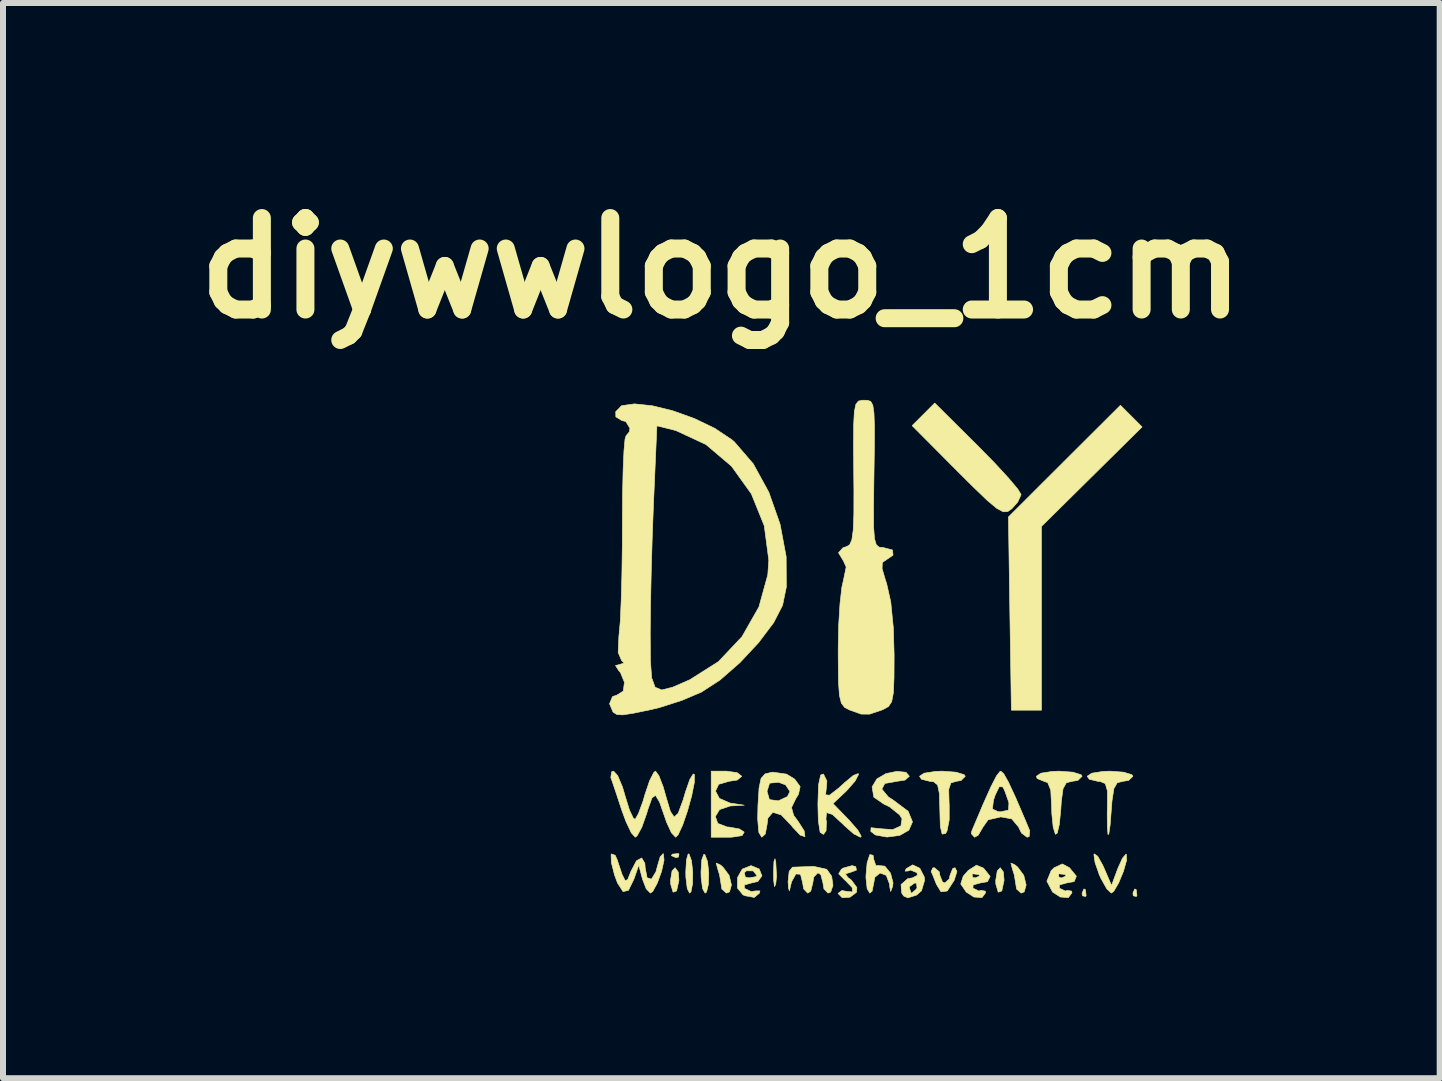
<source format=kicad_pcb>
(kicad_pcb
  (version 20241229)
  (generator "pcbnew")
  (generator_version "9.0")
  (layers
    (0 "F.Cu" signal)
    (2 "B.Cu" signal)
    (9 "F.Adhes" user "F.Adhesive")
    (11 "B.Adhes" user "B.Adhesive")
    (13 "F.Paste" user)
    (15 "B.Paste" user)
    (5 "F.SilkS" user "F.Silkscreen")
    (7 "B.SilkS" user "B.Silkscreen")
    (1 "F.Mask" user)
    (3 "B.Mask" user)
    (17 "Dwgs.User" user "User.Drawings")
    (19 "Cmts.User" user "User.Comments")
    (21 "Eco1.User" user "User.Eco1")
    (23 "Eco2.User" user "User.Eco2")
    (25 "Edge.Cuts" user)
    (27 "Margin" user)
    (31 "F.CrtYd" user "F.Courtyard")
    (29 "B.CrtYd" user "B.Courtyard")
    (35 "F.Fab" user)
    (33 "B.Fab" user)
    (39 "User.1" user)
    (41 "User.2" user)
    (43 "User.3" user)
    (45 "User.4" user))
  (footprint "diywwlogo_1cm"
    (layer "F.Cu")
    (at 11.51 7.768)
    (property "Reference" "diywwlogo_1cm" (at -2.54 -6.35 0) (layer "F.SilkS") (effects (font (size 1.524 1.524) (thickness 0.3))))
    (attr through_hole)
    (fp_poly (pts (xy -3.246 3.415) (xy -3.257 3.465) (xy -3.302 3.471) (xy -3.372 3.44) (xy -3.358 3.415) (xy -3.258 3.405) (xy -3.246 3.415)) (stroke (width 0.01) (type solid)) (fill yes) (layer "F.SilkS"))
    (fp_poly (pts (xy 3.528 4.008) (xy 3.538 4.108) (xy 3.528 4.12) (xy 3.477 4.109) (xy 3.471 4.064) (xy 3.502 3.994) (xy 3.528 4.008)) (stroke (width 0.01) (type solid)) (fill yes) (layer "F.SilkS"))
    (fp_poly (pts (xy 4.374 4.008) (xy 4.385 4.108) (xy 4.374 4.12) (xy 4.324 4.109) (xy 4.318 4.064) (xy 4.349 3.994) (xy 4.374 4.008)) (stroke (width 0.01) (type solid)) (fill yes) (layer "F.SilkS"))
    (fp_poly (pts (xy -3.258 3.713) (xy -3.247 3.852) (xy -3.286 4.028) (xy -3.344 4.049) (xy -3.384 3.915) (xy -3.387 3.852) (xy -3.361 3.693) (xy -3.311 3.641) (xy -3.258 3.713)) (stroke (width 0.01) (type solid)) (fill yes) (layer "F.SilkS"))
    (fp_poly (pts (xy -1.634 3.535) (xy -1.62 3.782) (xy -1.634 3.916) (xy -1.655 3.956) (xy -1.668 3.85) (xy -1.67 3.725) (xy -1.664 3.542) (xy -1.647 3.492) (xy -1.634 3.535)) (stroke (width 0.01) (type solid)) (fill yes) (layer "F.SilkS"))
    (fp_poly (pts (xy 2.16 3.713) (xy 2.171 3.852) (xy 2.133 4.028) (xy 2.074 4.049) (xy 2.034 3.915) (xy 2.032 3.852) (xy 2.058 3.693) (xy 2.108 3.641) (xy 2.16 3.713)) (stroke (width 0.01) (type solid)) (fill yes) (layer "F.SilkS"))
    (fp_poly (pts (xy 4.471 -3.704) (xy 2.794 -2.046) (xy 2.794 1.016) (xy 2.293 1.016) (xy 2.268 -0.594) (xy 2.244 -2.204) (xy 3.177 -3.135) (xy 4.11 -4.065) (xy 4.471 -3.704)) (stroke (width 0.01) (type solid)) (fill yes) (layer "F.SilkS"))
    (fp_poly (pts (xy -3.078 3.413) (xy -3.037 3.526) (xy -3.017 3.714) (xy -3.02 3.909) (xy -3.046 4.042) (xy -3.069 4.064) (xy -3.108 3.989) (xy -3.131 3.8) (xy -3.133 3.711) (xy -3.121 3.508) (xy -3.093 3.412) (xy -3.078 3.413)) (stroke (width 0.01) (type solid)) (fill yes) (layer "F.SilkS"))
    (fp_poly (pts (xy -2.815 3.422) (xy -2.77 3.538) (xy -2.75 3.727) (xy -2.756 3.92) (xy -2.787 4.047) (xy -2.811 4.064) (xy -2.853 3.989) (xy -2.877 3.8) (xy -2.879 3.711) (xy -2.866 3.51) (xy -2.833 3.418) (xy -2.815 3.422)) (stroke (width 0.01) (type solid)) (fill yes) (layer "F.SilkS"))
    (fp_poly (pts (xy -2.563 3.59) (xy -2.514 3.63) (xy -2.411 3.768) (xy -2.372 3.928) (xy -2.404 4.043) (xy -2.455 4.064) (xy -2.532 3.996) (xy -2.54 3.944) (xy -2.569 3.763) (xy -2.598 3.669) (xy -2.626 3.564) (xy -2.563 3.59)) (stroke (width 0.01) (type solid)) (fill yes) (layer "F.SilkS"))
    (fp_poly (pts (xy 2.347 3.59) (xy 2.397 3.63) (xy 2.499 3.768) (xy 2.539 3.928) (xy 2.507 4.043) (xy 2.455 4.064) (xy 2.379 3.996) (xy 2.371 3.944) (xy 2.342 3.763) (xy 2.312 3.669) (xy 2.285 3.564) (xy 2.347 3.59)) (stroke (width 0.01) (type solid)) (fill yes) (layer "F.SilkS"))
    (fp_poly (pts (xy 1.736 -3.386) (xy 2.016 -3.101) (xy 2.245 -2.852) (xy 2.399 -2.669) (xy 2.455 -2.576) (xy 2.398 -2.451) (xy 2.303 -2.344) (xy 2.233 -2.294) (xy 2.156 -2.29) (xy 2.048 -2.348) (xy 1.887 -2.483) (xy 1.649 -2.712) (xy 1.395 -2.965) (xy 0.639 -3.725) (xy 1.016 -4.102) (xy 1.736 -3.386)) (stroke (width 0.01) (type solid)) (fill yes) (layer "F.SilkS"))
    (fp_poly (pts (xy 1.386 3.705) (xy 1.339 3.852) (xy 1.224 4.029) (xy 1.12 4.042) (xy 1.043 3.916) (xy 0.98 3.757) (xy 0.956 3.704) (xy 0.984 3.644) (xy 1.011 3.641) (xy 1.091 3.709) (xy 1.101 3.768) (xy 1.146 3.88) (xy 1.185 3.895) (xy 1.26 3.826) (xy 1.27 3.768) (xy 1.315 3.655) (xy 1.353 3.641) (xy 1.386 3.705)) (stroke (width 0.01) (type solid)) (fill yes) (layer "F.SilkS"))
    (fp_poly (pts (xy 3.731 3.45) (xy 3.817 3.603) (xy 3.839 3.652) (xy 3.962 3.937) (xy 4.065 3.658) (xy 4.143 3.484) (xy 4.202 3.415) (xy 4.209 3.418) (xy 4.212 3.52) (xy 4.16 3.702) (xy 4.08 3.896) (xy 3.998 4.035) (xy 3.958 4.064) (xy 3.883 3.994) (xy 3.785 3.818) (xy 3.758 3.759) (xy 3.687 3.554) (xy 3.668 3.425) (xy 3.674 3.41) (xy 3.731 3.45)) (stroke (width 0.01) (type solid)) (fill yes) (layer "F.SilkS"))
    (fp_poly (pts (xy -0.3 3.623) (xy -0.289 3.681) (xy -0.366 3.71) (xy -0.472 3.743) (xy -0.434 3.802) (xy -0.374 3.847) (xy -0.282 3.971) (xy -0.288 4.051) (xy -0.397 4.132) (xy -0.526 4.141) (xy -0.592 4.073) (xy -0.593 4.067) (xy -0.531 4.02) (xy -0.466 4.033) (xy -0.355 4.045) (xy -0.36 3.972) (xy -0.478 3.849) (xy -0.487 3.842) (xy -0.584 3.743) (xy -0.542 3.669) (xy -0.512 3.648) (xy -0.361 3.606) (xy -0.3 3.623)) (stroke (width 0.01) (type solid)) (fill yes) (layer "F.SilkS"))
    (fp_poly (pts (xy -0.011 3.434) (xy 0 3.505) (xy 0.034 3.606) (xy 0.075 3.604) (xy 0.184 3.615) (xy 0.279 3.732) (xy 0.321 3.893) (xy 0.313 3.954) (xy 0.282 4.037) (xy 0.266 3.959) (xy 0.264 3.916) (xy 0.208 3.768) (xy 0.104 3.729) (xy 0.017 3.801) (xy 0 3.895) (xy -0.028 4.032) (xy -0.067 4.064) (xy -0.111 3.99) (xy -0.13 3.808) (xy -0.13 3.775) (xy -0.111 3.56) (xy -0.068 3.427) (xy -0.063 3.422) (xy -0.011 3.434)) (stroke (width 0.01) (type solid)) (fill yes) (layer "F.SilkS"))
    (fp_poly (pts (xy 3.318 2.049) (xy 3.454 2.091) (xy 3.471 2.117) (xy 3.401 2.186) (xy 3.306 2.201) (xy 3.209 2.225) (xy 3.154 2.323) (xy 3.125 2.534) (xy 3.116 2.675) (xy 3.092 2.919) (xy 3.057 3.064) (xy 3.027 3.084) (xy 2.99 2.968) (xy 2.967 2.745) (xy 2.963 2.611) (xy 2.949 2.349) (xy 2.899 2.224) (xy 2.836 2.201) (xy 2.724 2.156) (xy 2.709 2.117) (xy 2.785 2.066) (xy 2.976 2.036) (xy 3.09 2.032) (xy 3.318 2.049)) (stroke (width 0.01) (type solid)) (fill yes) (layer "F.SilkS"))
    (fp_poly (pts (xy 1.37 2.049) (xy 1.507 2.091) (xy 1.524 2.117) (xy 1.454 2.188) (xy 1.375 2.201) (xy 1.285 2.228) (xy 1.249 2.336) (xy 1.255 2.566) (xy 1.257 2.59) (xy 1.257 2.844) (xy 1.22 3.031) (xy 1.194 3.073) (xy 1.139 3.08) (xy 1.109 2.954) (xy 1.101 2.684) (xy 1.094 2.409) (xy 1.064 2.263) (xy 0.997 2.208) (xy 0.931 2.201) (xy 0.794 2.166) (xy 0.762 2.117) (xy 0.838 2.066) (xy 1.029 2.036) (xy 1.143 2.032) (xy 1.37 2.049)) (stroke (width 0.01) (type solid)) (fill yes) (layer "F.SilkS"))
    (fp_poly (pts (xy 4.164 2.049) (xy 4.301 2.091) (xy 4.318 2.117) (xy 4.247 2.186) (xy 4.153 2.201) (xy 4.057 2.225) (xy 4.001 2.322) (xy 3.969 2.531) (xy 3.957 2.688) (xy 3.938 2.932) (xy 3.917 3.076) (xy 3.903 3.09) (xy 3.892 2.961) (xy 3.89 2.729) (xy 3.893 2.603) (xy 3.893 2.359) (xy 3.858 2.24) (xy 3.772 2.203) (xy 3.732 2.201) (xy 3.591 2.167) (xy 3.556 2.117) (xy 3.632 2.066) (xy 3.823 2.036) (xy 3.937 2.032) (xy 4.164 2.049)) (stroke (width 0.01) (type solid)) (fill yes) (layer "F.SilkS"))
    (fp_poly (pts (xy -2.277 2.057) (xy -2.201 2.116) (xy -2.201 2.117) (xy -2.274 2.18) (xy -2.413 2.201) (xy -2.585 2.251) (xy -2.637 2.364) (xy -2.573 2.486) (xy -2.397 2.563) (xy -2.392 2.564) (xy -2.159 2.599) (xy -2.392 2.612) (xy -2.57 2.672) (xy -2.64 2.788) (xy -2.599 2.903) (xy -2.441 2.963) (xy -2.418 2.963) (xy -2.239 2.995) (xy -2.159 3.048) (xy -2.195 3.106) (xy -2.367 3.132) (xy -2.408 3.133) (xy -2.709 3.133) (xy -2.709 2.032) (xy -2.455 2.032) (xy -2.277 2.057)) (stroke (width 0.01) (type solid)) (fill yes) (layer "F.SilkS"))
    (fp_poly (pts (xy -0.79 3.666) (xy -0.781 3.671) (xy -0.702 3.783) (xy -0.68 3.934) (xy -0.719 4.047) (xy -0.762 4.064) (xy -0.831 3.993) (xy -0.847 3.895) (xy -0.882 3.757) (xy -0.931 3.725) (xy -1 3.796) (xy -1.016 3.895) (xy -1.051 4.032) (xy -1.101 4.064) (xy -1.169 3.993) (xy -1.185 3.895) (xy -1.221 3.75) (xy -1.298 3.745) (xy -1.37 3.875) (xy -1.38 3.916) (xy -1.406 4.027) (xy -1.421 3.983) (xy -1.428 3.873) (xy -1.41 3.702) (xy -1.355 3.632) (xy -0.999 3.619) (xy -0.79 3.666)) (stroke (width 0.01) (type solid)) (fill yes) (layer "F.SilkS"))
    (fp_poly (pts (xy 1.829 3.648) (xy 1.939 3.786) (xy 1.894 3.874) (xy 1.773 3.895) (xy 1.656 3.928) (xy 1.652 3.981) (xy 1.753 4.03) (xy 1.784 4.018) (xy 1.858 4.031) (xy 1.863 4.059) (xy 1.803 4.139) (xy 1.668 4.129) (xy 1.541 4.047) (xy 1.449 3.912) (xy 1.491 3.781) (xy 1.515 3.754) (xy 1.637 3.754) (xy 1.649 3.804) (xy 1.693 3.81) (xy 1.763 3.779) (xy 1.75 3.754) (xy 1.649 3.743) (xy 1.637 3.754) (xy 1.515 3.754) (xy 1.575 3.686) (xy 1.711 3.599) (xy 1.829 3.648)) (stroke (width 0.01) (type solid)) (fill yes) (layer "F.SilkS"))
    (fp_poly (pts (xy 3.26 3.641) (xy 3.376 3.782) (xy 3.339 3.872) (xy 3.212 3.895) (xy 3.095 3.928) (xy 3.091 3.981) (xy 3.193 4.03) (xy 3.223 4.018) (xy 3.297 4.031) (xy 3.302 4.059) (xy 3.242 4.139) (xy 3.108 4.129) (xy 2.98 4.047) (xy 2.884 3.865) (xy 2.93 3.754) (xy 3.076 3.754) (xy 3.088 3.804) (xy 3.133 3.81) (xy 3.202 3.779) (xy 3.189 3.754) (xy 3.089 3.743) (xy 3.076 3.754) (xy 2.93 3.754) (xy 2.957 3.687) (xy 3.006 3.641) (xy 3.141 3.578) (xy 3.26 3.641)) (stroke (width 0.01) (type solid)) (fill yes) (layer "F.SilkS"))
    (fp_poly (pts (xy -1.91 3.662) (xy -1.863 3.777) (xy -1.933 3.871) (xy -2.037 3.895) (xy -2.156 3.928) (xy -2.155 3.985) (xy -2.04 4.04) (xy -1.977 4.028) (xy -1.897 4.027) (xy -1.906 4.065) (xy -1.991 4.136) (xy -2.139 4.109) (xy -2.18 4.093) (xy -2.272 3.979) (xy -2.27 3.804) (xy -2.225 3.724) (xy -2.158 3.724) (xy -2.14 3.798) (xy -2.079 3.81) (xy -1.963 3.79) (xy -1.947 3.773) (xy -2.009 3.694) (xy -2.121 3.692) (xy -2.158 3.724) (xy -2.225 3.724) (xy -2.191 3.664) (xy -2.045 3.606) (xy -1.91 3.662)) (stroke (width 0.01) (type solid)) (fill yes) (layer "F.SilkS"))
    (fp_poly (pts (xy 0.537 2.051) (xy 0.593 2.117) (xy 0.52 2.181) (xy 0.386 2.201) (xy 0.184 2.237) (xy 0.134 2.331) (xy 0.242 2.461) (xy 0.332 2.52) (xy 0.573 2.701) (xy 0.645 2.877) (xy 0.584 3.016) (xy 0.431 3.103) (xy 0.218 3.13) (xy 0.027 3.095) (xy -0.05 3.036) (xy -0.045 2.974) (xy 0.094 2.99) (xy 0.315 3.006) (xy 0.452 2.944) (xy 0.471 2.826) (xy 0.431 2.761) (xy 0.261 2.625) (xy 0.17 2.582) (xy 0.00047 2.465) (xy -0.028 2.294) (xy 0.052 2.161) (xy 0.202 2.073) (xy 0.385 2.035) (xy 0.537 2.051)) (stroke (width 0.01) (type solid)) (fill yes) (layer "F.SilkS"))
    (fp_poly (pts (xy 0.767 3.65) (xy 0.841 3.794) (xy 0.847 3.852) (xy 0.795 4.025) (xy 0.713 4.097) (xy 0.568 4.143) (xy 0.499 4.113) (xy 0.466 4.064) (xy 0.459 3.979) (xy 0.593 3.979) (xy 0.622 4.062) (xy 0.63 4.064) (xy 0.702 4.005) (xy 0.72 3.979) (xy 0.713 3.901) (xy 0.682 3.895) (xy 0.596 3.956) (xy 0.593 3.979) (xy 0.459 3.979) (xy 0.454 3.922) (xy 0.566 3.823) (xy 0.645 3.81) (xy 0.728 3.767) (xy 0.719 3.724) (xy 0.613 3.68) (xy 0.574 3.695) (xy 0.522 3.698) (xy 0.54 3.657) (xy 0.648 3.593) (xy 0.767 3.65)) (stroke (width 0.01) (type solid)) (fill yes) (layer "F.SilkS"))
    (fp_poly (pts (xy -0.254 2.086) (xy -0.311 2.197) (xy -0.449 2.354) (xy -0.467 2.372) (xy -0.68 2.572) (xy -0.408 2.852) (xy -0.266 3.015) (xy -0.209 3.117) (xy -0.223 3.133) (xy -0.335 3.076) (xy -0.492 2.938) (xy -0.508 2.921) (xy -0.69 2.753) (xy -0.788 2.723) (xy -0.797 2.834) (xy -0.789 2.869) (xy -0.795 3.027) (xy -0.839 3.086) (xy -0.894 3.051) (xy -0.924 2.859) (xy -0.931 2.582) (xy -0.92 2.258) (xy -0.885 2.096) (xy -0.839 2.079) (xy -0.781 2.197) (xy -0.789 2.296) (xy -0.803 2.426) (xy -0.738 2.433) (xy -0.581 2.311) (xy -0.491 2.228) (xy -0.343 2.105) (xy -0.26 2.072) (xy -0.254 2.086)) (stroke (width 0.01) (type solid)) (fill yes) (layer "F.SilkS"))
    (fp_poly (pts (xy -3.505 3.41) (xy -3.495 3.516) (xy -3.536 3.701) (xy -3.607 3.897) (xy -3.683 4.036) (xy -3.723 4.064) (xy -3.792 3.992) (xy -3.854 3.831) (xy -3.916 3.598) (xy -3.997 3.831) (xy -4.088 4.018) (xy -4.178 4.039) (xy -4.271 3.894) (xy -4.32 3.762) (xy -4.373 3.554) (xy -4.377 3.423) (xy -4.371 3.411) (xy -4.309 3.434) (xy -4.278 3.502) (xy -4.195 3.752) (xy -4.142 3.858) (xy -4.1 3.837) (xy -4.048 3.706) (xy -4.047 3.704) (xy -3.955 3.526) (xy -3.867 3.478) (xy -3.814 3.569) (xy -3.81 3.636) (xy -3.778 3.808) (xy -3.705 3.832) (xy -3.63 3.709) (xy -3.608 3.626) (xy -3.559 3.459) (xy -3.509 3.406) (xy -3.505 3.41)) (stroke (width 0.01) (type solid)) (fill yes) (layer "F.SilkS"))
    (fp_poly (pts (xy 2.165 2.075) (xy 2.244 2.215) (xy 2.363 2.471) (xy 2.53 2.86) (xy 2.599 3.027) (xy 2.589 3.122) (xy 2.555 3.133) (xy 2.461 3.063) (xy 2.413 2.963) (xy 2.299 2.827) (xy 2.117 2.794) (xy 1.905 2.843) (xy 1.82 2.963) (xy 1.74 3.1) (xy 1.679 3.133) (xy 1.624 3.073) (xy 1.634 3.027) (xy 1.788 2.663) (xy 1.977 2.663) (xy 2.074 2.708) (xy 2.117 2.709) (xy 2.245 2.681) (xy 2.252 2.564) (xy 2.239 2.519) (xy 2.181 2.356) (xy 2.148 2.293) (xy 2.09 2.292) (xy 2.023 2.431) (xy 1.994 2.519) (xy 1.977 2.663) (xy 1.788 2.663) (xy 1.82 2.587) (xy 1.954 2.288) (xy 2.045 2.111) (xy 2.103 2.037) (xy 2.117 2.032) (xy 2.165 2.075)) (stroke (width 0.01) (type solid)) (fill yes) (layer "F.SilkS"))
    (fp_poly (pts (xy -1.455 2.081) (xy -1.319 2.164) (xy -1.227 2.289) (xy -1.254 2.416) (xy -1.299 2.489) (xy -1.371 2.638) (xy -1.336 2.767) (xy -1.258 2.873) (xy -1.16 3.027) (xy -1.147 3.123) (xy -1.148 3.123) (xy -1.225 3.098) (xy -1.349 2.969) (xy -1.369 2.942) (xy -1.542 2.761) (xy -1.682 2.718) (xy -1.765 2.814) (xy -1.778 2.921) (xy -1.808 3.08) (xy -1.867 3.133) (xy -1.915 3.053) (xy -1.935 2.828) (xy -1.93 2.603) (xy -1.915 2.371) (xy -1.778 2.371) (xy -1.739 2.506) (xy -1.595 2.526) (xy -1.587 2.525) (xy -1.439 2.456) (xy -1.397 2.371) (xy -1.469 2.261) (xy -1.587 2.217) (xy -1.736 2.232) (xy -1.778 2.363) (xy -1.778 2.371) (xy -1.915 2.371) (xy -1.912 2.314) (xy -1.878 2.152) (xy -1.812 2.078) (xy -1.696 2.05) (xy -1.683 2.049) (xy -1.455 2.081)) (stroke (width 0.01) (type solid)) (fill yes) (layer "F.SilkS"))
    (fp_poly (pts (xy -3.581 2.107) (xy -3.508 2.297) (xy -3.463 2.456) (xy -3.389 2.704) (xy -3.326 2.797) (xy -3.259 2.733) (xy -3.176 2.509) (xy -3.135 2.371) (xy -3.065 2.17) (xy -3.008 2.078) (xy -2.989 2.088) (xy -2.99 2.221) (xy -3.034 2.441) (xy -3.104 2.695) (xy -3.185 2.93) (xy -3.26 3.092) (xy -3.301 3.133) (xy -3.371 3.06) (xy -3.454 2.88) (xy -3.476 2.815) (xy -3.57 2.546) (xy -3.637 2.435) (xy -3.696 2.478) (xy -3.765 2.671) (xy -3.784 2.737) (xy -3.865 2.966) (xy -3.943 3.109) (xy -3.975 3.133) (xy -4.041 3.059) (xy -4.13 2.87) (xy -4.197 2.688) (xy -4.285 2.421) (xy -4.355 2.213) (xy -4.382 2.138) (xy -4.368 2.042) (xy -4.335 2.032) (xy -4.267 2.107) (xy -4.187 2.298) (xy -4.142 2.451) (xy -4.071 2.681) (xy -4.006 2.817) (xy -3.976 2.834) (xy -3.921 2.738) (xy -3.846 2.535) (xy -3.811 2.415) (xy -3.735 2.19) (xy -3.664 2.052) (xy -3.637 2.032) (xy -3.581 2.107)) (stroke (width 0.01) (type solid)) (fill yes) (layer "F.SilkS"))
    (fp_poly (pts (xy -0.101 -4.147) (xy -0.05 -4.128) (xy -0.016 -4.065) (xy 0.003 -3.936) (xy 0.011 -3.715) (xy 0.01 -3.379) (xy 0.003 -2.903) (xy 0.001 -2.773) (xy -0.004 -2.329) (xy -0.002 -2.027) (xy 0.012 -1.84) (xy 0.042 -1.74) (xy 0.091 -1.7) (xy 0.162 -1.693) (xy 0.312 -1.653) (xy 0.321 -1.567) (xy 0.214 -1.494) (xy 0.143 -1.445) (xy 0.138 -1.344) (xy 0.197 -1.143) (xy 0.214 -1.094) (xy 0.283 -0.787) (xy 0.326 -0.354) (xy 0.339 0.097) (xy 0.337 0.48) (xy 0.326 0.728) (xy 0.298 0.875) (xy 0.245 0.955) (xy 0.159 1.003) (xy 0.121 1.018) (xy -0.071 1.082) (xy -0.211 1.081) (xy -0.402 1.013) (xy -0.486 0.97) (xy -0.54 0.9) (xy -0.572 0.771) (xy -0.588 0.551) (xy -0.592 0.207) (xy -0.593 0.008) (xy -0.585 -0.396) (xy -0.563 -0.758) (xy -0.532 -1.033) (xy -0.505 -1.151) (xy -0.46 -1.37) (xy -0.505 -1.47) (xy -0.588 -1.608) (xy -0.511 -1.693) (xy -0.457 -1.708) (xy -0.403 -1.739) (xy -0.366 -1.821) (xy -0.343 -1.981) (xy -0.332 -2.244) (xy -0.331 -2.636) (xy -0.334 -2.942) (xy -0.338 -3.416) (xy -0.335 -3.746) (xy -0.324 -3.958) (xy -0.299 -4.079) (xy -0.257 -4.134) (xy -0.196 -4.148) (xy -0.173 -4.149) (xy -0.101 -4.147)) (stroke (width 0.01) (type solid)) (fill yes) (layer "F.SilkS"))
    (fp_poly (pts (xy -3.692 -4.057) (xy -3.348 -3.973) (xy -2.989 -3.844) (xy -2.65 -3.681) (xy -2.364 -3.49) (xy -2.323 -3.455) (xy -2.008 -3.089) (xy -1.749 -2.616) (xy -1.562 -2.085) (xy -1.46 -1.543) (xy -1.457 -1.037) (xy -1.52 -0.731) (xy -1.668 -0.443) (xy -1.919 -0.11) (xy -2.231 0.224) (xy -2.563 0.514) (xy -2.871 0.714) (xy -3.199 0.853) (xy -3.571 0.972) (xy -3.708 1.005) (xy -4.007 1.067) (xy -4.183 1.094) (xy -4.279 1.089) (xy -4.336 1.054) (xy -4.346 1.044) (xy -4.403 0.909) (xy -4.354 0.79) (xy -4.276 0.762) (xy -4.174 0.698) (xy -4.155 0.551) (xy -4.221 0.389) (xy -4.25 0.356) (xy -4.304 0.272) (xy -4.229 0.253) (xy -4.16 0.229) (xy -4.202 0.189) (xy -4.259 0.055) (xy -4.247 -0.222) (xy -4.245 -0.241) (xy -3.725 -0.241) (xy -3.722 0.194) (xy -3.701 0.478) (xy -3.644 0.633) (xy -3.534 0.679) (xy -3.354 0.634) (xy -3.087 0.518) (xy -3.068 0.51) (xy -2.589 0.207) (xy -2.196 -0.209) (xy -1.914 -0.704) (xy -1.766 -1.24) (xy -1.749 -1.482) (xy -1.825 -2.057) (xy -2.04 -2.589) (xy -2.371 -3.05) (xy -2.797 -3.411) (xy -3.296 -3.643) (xy -3.395 -3.669) (xy -3.614 -3.722) (xy -3.67 -2.44) (xy -3.691 -1.891) (xy -3.708 -1.308) (xy -3.72 -0.755) (xy -3.725 -0.296) (xy -3.725 -0.241) (xy -4.245 -0.241) (xy -4.243 -0.254) (xy -4.224 -0.467) (xy -4.209 -0.811) (xy -4.197 -1.249) (xy -4.19 -1.744) (xy -4.189 -2.095) (xy -4.186 -2.571) (xy -4.177 -2.983) (xy -4.163 -3.301) (xy -4.145 -3.501) (xy -4.128 -3.556) (xy -4.071 -3.625) (xy -4.064 -3.683) (xy -4.132 -3.794) (xy -4.197 -3.81) (xy -4.298 -3.872) (xy -4.3 -3.958) (xy -4.202 -4.058) (xy -3.988 -4.088) (xy -3.692 -4.057)) (stroke (width 0.01) (type solid)) (fill yes) (layer "F.SilkS")))
  (gr_rect
    (start -3 -3)
    (end 20.94 14.916)
    (stroke (width 0.1) (type default))
    (fill no)
    (layer "Edge.Cuts")))
</source>
